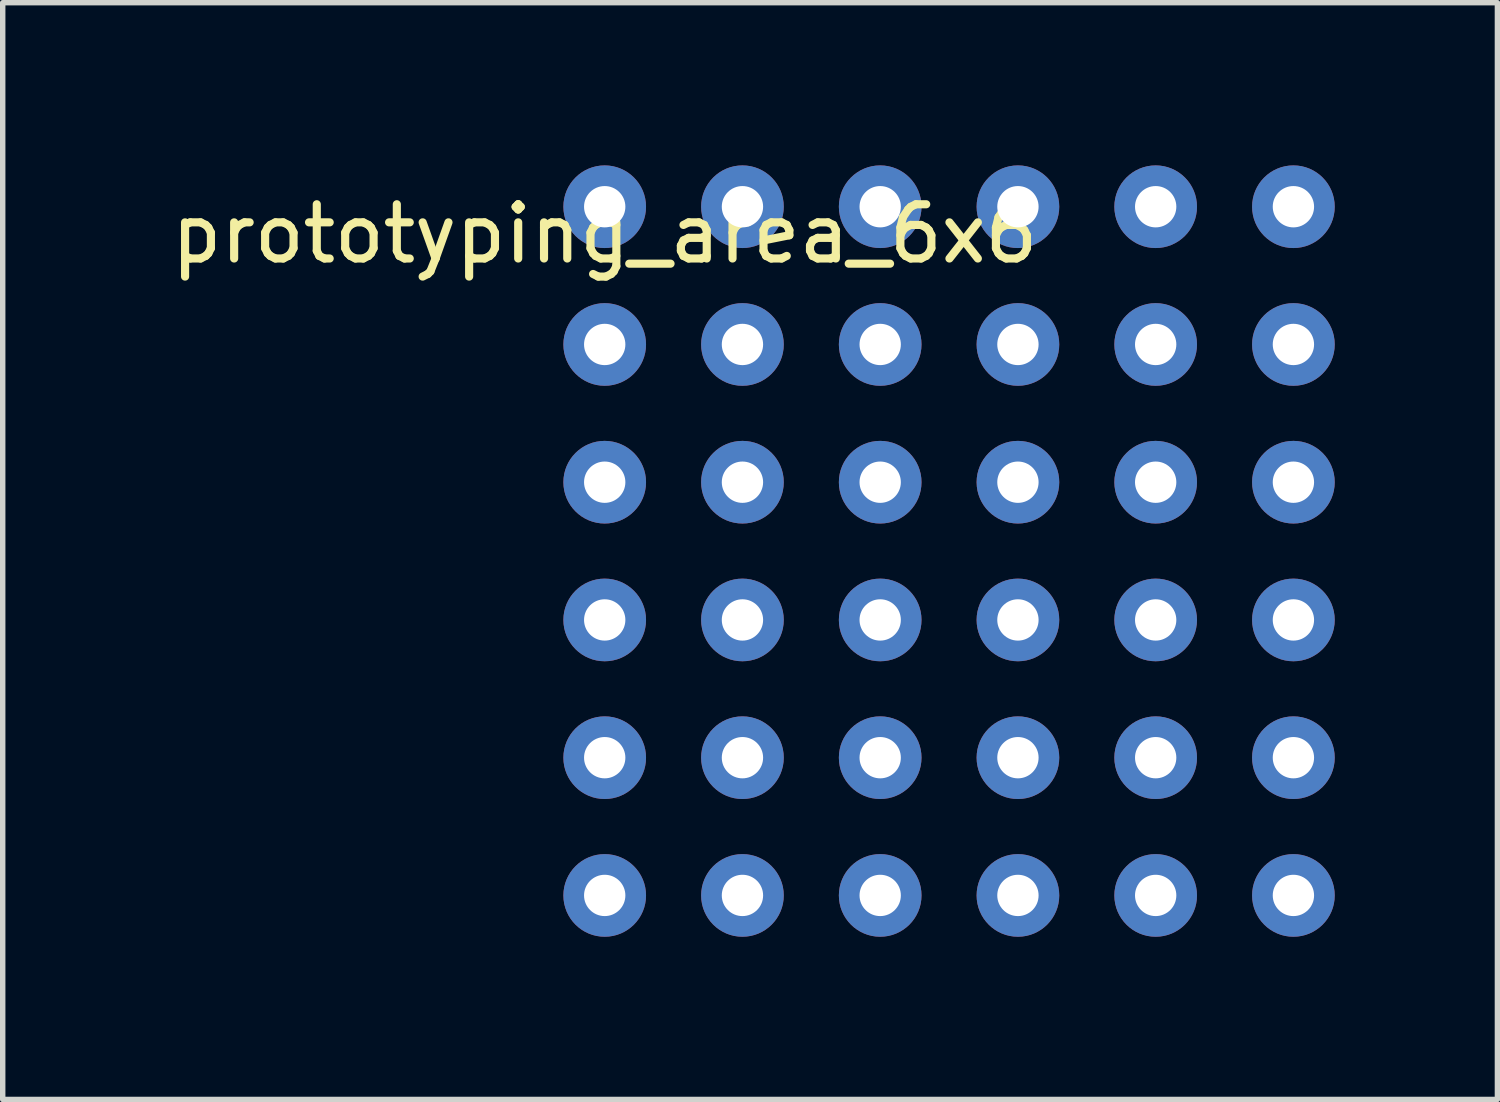
<source format=kicad_pcb>
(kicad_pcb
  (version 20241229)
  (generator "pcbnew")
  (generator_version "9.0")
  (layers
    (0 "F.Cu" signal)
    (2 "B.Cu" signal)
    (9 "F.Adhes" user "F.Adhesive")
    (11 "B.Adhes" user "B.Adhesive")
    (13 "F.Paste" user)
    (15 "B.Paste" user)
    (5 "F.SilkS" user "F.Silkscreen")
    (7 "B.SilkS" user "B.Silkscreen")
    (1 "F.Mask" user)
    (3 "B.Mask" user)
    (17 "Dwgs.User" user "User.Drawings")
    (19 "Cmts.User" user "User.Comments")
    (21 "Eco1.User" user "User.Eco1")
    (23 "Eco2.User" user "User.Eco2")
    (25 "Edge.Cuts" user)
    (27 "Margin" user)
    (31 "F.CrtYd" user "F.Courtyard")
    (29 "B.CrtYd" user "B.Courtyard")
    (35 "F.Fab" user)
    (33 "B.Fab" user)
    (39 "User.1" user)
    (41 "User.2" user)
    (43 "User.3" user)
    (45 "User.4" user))
  (footprint "prototyping_area_6x6"
    (layer "F.Cu")
    (at 8.101 0.762)
    (property "Reference" "prototyping_area_6x6" (at 0 0.5 0) (layer "F.SilkS") (effects (font (size 1 1) (thickness 0.15))))
    (attr through_hole)
    (pad "1" thru_hole circle (at 0 0) (size 1.524 1.524) (drill 0.762) (layers "*.Cu" "*.Mask"))
    (pad "2" thru_hole circle (at 2.54 0) (size 1.524 1.524) (drill 0.762) (layers "*.Cu" "*.Mask"))
    (pad "3" thru_hole circle (at 5.08 0) (size 1.524 1.524) (drill 0.762) (layers "*.Cu" "*.Mask"))
    (pad "4" thru_hole circle (at 7.62 0) (size 1.524 1.524) (drill 0.762) (layers "*.Cu" "*.Mask"))
    (pad "5" thru_hole circle (at 10.16 0) (size 1.524 1.524) (drill 0.762) (layers "*.Cu" "*.Mask"))
    (pad "6" thru_hole circle (at 12.7 0) (size 1.524 1.524) (drill 0.762) (layers "*.Cu" "*.Mask"))
    (pad "7" thru_hole circle (at 0 2.54) (size 1.524 1.524) (drill 0.762) (layers "*.Cu" "*.Mask"))
    (pad "8" thru_hole circle (at 2.54 2.54) (size 1.524 1.524) (drill 0.762) (layers "*.Cu" "*.Mask"))
    (pad "9" thru_hole circle (at 5.08 2.54) (size 1.524 1.524) (drill 0.762) (layers "*.Cu" "*.Mask"))
    (pad "10" thru_hole circle (at 7.62 2.54) (size 1.524 1.524) (drill 0.762) (layers "*.Cu" "*.Mask"))
    (pad "11" thru_hole circle (at 10.16 2.54) (size 1.524 1.524) (drill 0.762) (layers "*.Cu" "*.Mask"))
    (pad "12" thru_hole circle (at 12.7 2.54) (size 1.524 1.524) (drill 0.762) (layers "*.Cu" "*.Mask"))
    (pad "13" thru_hole circle (at 0 5.08) (size 1.524 1.524) (drill 0.762) (layers "*.Cu" "*.Mask"))
    (pad "14" thru_hole circle (at 2.54 5.08) (size 1.524 1.524) (drill 0.762) (layers "*.Cu" "*.Mask"))
    (pad "15" thru_hole circle (at 5.08 5.08) (size 1.524 1.524) (drill 0.762) (layers "*.Cu" "*.Mask"))
    (pad "16" thru_hole circle (at 7.62 5.08) (size 1.524 1.524) (drill 0.762) (layers "*.Cu" "*.Mask"))
    (pad "17" thru_hole circle (at 10.16 5.08) (size 1.524 1.524) (drill 0.762) (layers "*.Cu" "*.Mask"))
    (pad "18" thru_hole circle (at 12.7 5.08) (size 1.524 1.524) (drill 0.762) (layers "*.Cu" "*.Mask"))
    (pad "19" thru_hole circle (at 0 7.62) (size 1.524 1.524) (drill 0.762) (layers "*.Cu" "*.Mask"))
    (pad "20" thru_hole circle (at 2.54 7.62) (size 1.524 1.524) (drill 0.762) (layers "*.Cu" "*.Mask"))
    (pad "21" thru_hole circle (at 5.08 7.62) (size 1.524 1.524) (drill 0.762) (layers "*.Cu" "*.Mask"))
    (pad "22" thru_hole circle (at 7.62 7.62) (size 1.524 1.524) (drill 0.762) (layers "*.Cu" "*.Mask"))
    (pad "23" thru_hole circle (at 10.16 7.62) (size 1.524 1.524) (drill 0.762) (layers "*.Cu" "*.Mask"))
    (pad "24" thru_hole circle (at 12.7 7.62) (size 1.524 1.524) (drill 0.762) (layers "*.Cu" "*.Mask"))
    (pad "25" thru_hole circle (at 0 10.16) (size 1.524 1.524) (drill 0.762) (layers "*.Cu" "*.Mask"))
    (pad "26" thru_hole circle (at 2.54 10.16) (size 1.524 1.524) (drill 0.762) (layers "*.Cu" "*.Mask"))
    (pad "27" thru_hole circle (at 5.08 10.16) (size 1.524 1.524) (drill 0.762) (layers "*.Cu" "*.Mask"))
    (pad "28" thru_hole circle (at 7.62 10.16) (size 1.524 1.524) (drill 0.762) (layers "*.Cu" "*.Mask"))
    (pad "29" thru_hole circle (at 10.16 10.16) (size 1.524 1.524) (drill 0.762) (layers "*.Cu" "*.Mask"))
    (pad "30" thru_hole circle (at 12.7 10.16) (size 1.524 1.524) (drill 0.762) (layers "*.Cu" "*.Mask"))
    (pad "31" thru_hole circle (at 0 12.7) (size 1.524 1.524) (drill 0.762) (layers "*.Cu" "*.Mask"))
    (pad "32" thru_hole circle (at 2.54 12.7) (size 1.524 1.524) (drill 0.762) (layers "*.Cu" "*.Mask"))
    (pad "33" thru_hole circle (at 5.08 12.7) (size 1.524 1.524) (drill 0.762) (layers "*.Cu" "*.Mask"))
    (pad "34" thru_hole circle (at 7.62 12.7) (size 1.524 1.524) (drill 0.762) (layers "*.Cu" "*.Mask"))
    (pad "35" thru_hole circle (at 10.16 12.7) (size 1.524 1.524) (drill 0.762) (layers "*.Cu" "*.Mask"))
    (pad "36" thru_hole circle (at 12.7 12.7) (size 1.524 1.524) (drill 0.762) (layers "*.Cu" "*.Mask")))
  (gr_rect
    (start -3 -3)
    (end 24.563 17.224)
    (stroke (width 0.1) (type default))
    (fill no)
    (layer "Edge.Cuts")))
</source>
